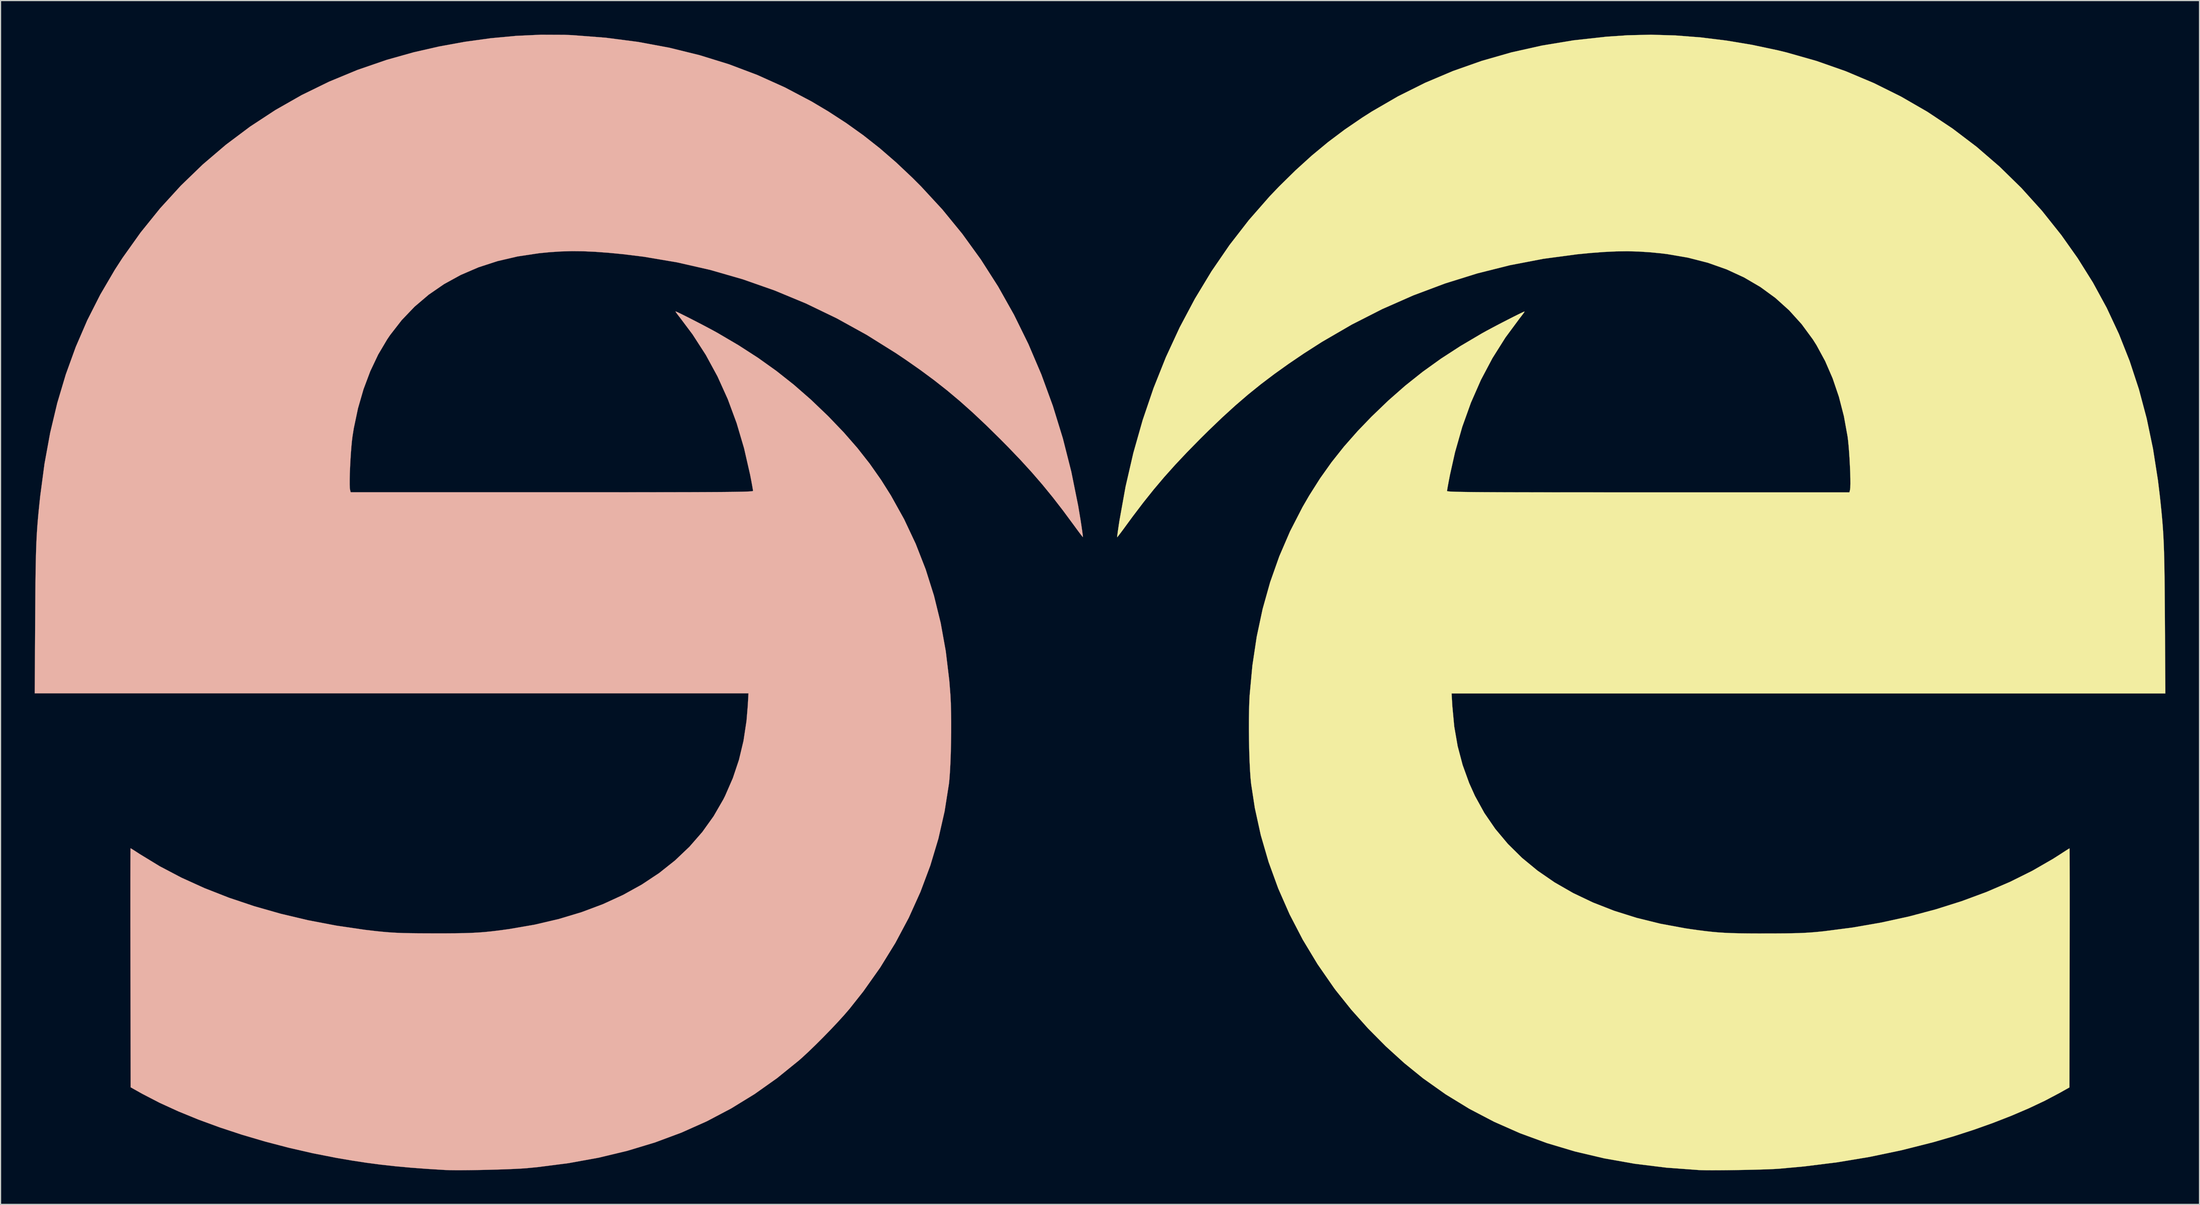
<source format=kicad_pcb>
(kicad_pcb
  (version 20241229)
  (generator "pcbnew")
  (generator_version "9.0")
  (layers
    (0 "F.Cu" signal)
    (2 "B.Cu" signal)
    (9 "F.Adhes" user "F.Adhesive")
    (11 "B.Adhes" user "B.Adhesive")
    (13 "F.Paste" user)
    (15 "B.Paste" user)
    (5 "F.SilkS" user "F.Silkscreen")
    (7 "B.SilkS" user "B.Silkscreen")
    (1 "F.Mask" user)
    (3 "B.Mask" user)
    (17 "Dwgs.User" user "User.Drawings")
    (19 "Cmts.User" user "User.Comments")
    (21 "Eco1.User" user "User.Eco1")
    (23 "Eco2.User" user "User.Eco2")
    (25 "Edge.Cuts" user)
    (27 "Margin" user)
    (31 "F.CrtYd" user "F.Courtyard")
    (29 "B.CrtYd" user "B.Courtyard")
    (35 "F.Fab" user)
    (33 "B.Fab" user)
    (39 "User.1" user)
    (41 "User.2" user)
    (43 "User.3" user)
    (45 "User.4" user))
  (footprint "edge_10x10_F"
    (layer "F.Cu")
    (at 141.241 49.931)
    (property "Reference" "edge_10x10_F" (at 0 0 0) (layer "F.SilkS") (effects (font (size 1.524 1.524) (thickness 0.3))))
    (attr through_hole)
    (fp_poly (pts (xy 3.067 -49.862) (xy 5.286 -49.69) (xy 7.544 -49.413) (xy 9.812 -49.035) (xy 12.063 -48.557) (xy 12.827 -48.371) (xy 15.472 -47.619) (xy 18.038 -46.718) (xy 20.521 -45.671) (xy 22.918 -44.479) (xy 25.225 -43.146) (xy 27.44 -41.672) (xy 29.559 -40.062) (xy 31.579 -38.317) (xy 33.496 -36.439) (xy 35.308 -34.431) (xy 37.009 -32.295) (xy 38.443 -30.268) (xy 39.791 -28.115) (xy 41.001 -25.891) (xy 42.076 -23.592) (xy 43.019 -21.209) (xy 43.831 -18.736) (xy 44.515 -16.167) (xy 45.073 -13.496) (xy 45.508 -10.714) (xy 45.675 -9.323) (xy 45.748 -8.643) (xy 45.812 -8.016) (xy 45.867 -7.428) (xy 45.915 -6.86) (xy 45.956 -6.294) (xy 45.99 -5.715) (xy 46.018 -5.105) (xy 46.042 -4.447) (xy 46.061 -3.724) (xy 46.077 -2.918) (xy 46.09 -2.013) (xy 46.101 -0.991) (xy 46.11 0.165) (xy 46.119 1.471) (xy 46.12 1.587) (xy 46.159 8.043) (xy -16.618 8.043) (xy -16.556 9.123) (xy -16.386 10.95) (xy -16.085 12.682) (xy -15.648 14.336) (xy -15.072 15.93) (xy -14.563 17.06) (xy -13.739 18.557) (xy -12.773 19.965) (xy -11.668 21.283) (xy -10.428 22.508) (xy -9.056 23.638) (xy -7.556 24.671) (xy -5.931 25.605) (xy -4.185 26.438) (xy -2.321 27.167) (xy -0.343 27.79) (xy 1.746 28.306) (xy 3.942 28.712) (xy 4.403 28.781) (xy 5.095 28.878) (xy 5.716 28.957) (xy 6.294 29.021) (xy 6.856 29.071) (xy 7.432 29.108) (xy 8.048 29.134) (xy 8.733 29.151) (xy 9.516 29.16) (xy 10.423 29.164) (xy 11.007 29.163) (xy 11.914 29.161) (xy 12.679 29.156) (xy 13.327 29.146) (xy 13.886 29.132) (xy 14.383 29.112) (xy 14.844 29.085) (xy 15.295 29.05) (xy 15.764 29.006) (xy 16.129 28.968) (xy 18.667 28.639) (xy 21.16 28.205) (xy 23.597 27.672) (xy 25.962 27.042) (xy 28.244 26.321) (xy 30.429 25.512) (xy 32.503 24.62) (xy 34.454 23.649) (xy 36.268 22.604) (xy 36.922 22.187) (xy 37.238 21.981) (xy 37.499 21.814) (xy 37.673 21.706) (xy 37.731 21.675) (xy 37.735 21.758) (xy 37.738 22) (xy 37.741 22.391) (xy 37.743 22.921) (xy 37.745 23.579) (xy 37.746 24.357) (xy 37.747 25.242) (xy 37.747 26.226) (xy 37.747 27.297) (xy 37.746 28.446) (xy 37.745 29.663) (xy 37.743 30.938) (xy 37.74 32.194) (xy 37.719 42.714) (xy 36.83 43.213) (xy 35.561 43.883) (xy 34.148 44.551) (xy 32.615 45.207) (xy 30.988 45.842) (xy 29.29 46.446) (xy 27.548 47.01) (xy 25.785 47.523) (xy 25.718 47.542) (xy 22.929 48.246) (xy 20.137 48.83) (xy 17.306 49.301) (xy 14.4 49.664) (xy 12.15 49.869) (xy 11.766 49.892) (xy 11.246 49.915) (xy 10.62 49.936) (xy 9.918 49.955) (xy 9.167 49.971) (xy 8.398 49.985) (xy 7.64 49.995) (xy 6.922 50.001) (xy 6.272 50.003) (xy 5.722 50) (xy 5.298 49.991) (xy 5.165 49.986) (xy 2.275 49.774) (xy -0.508 49.431) (xy -3.186 48.957) (xy -5.761 48.351) (xy -8.233 47.612) (xy -10.606 46.741) (xy -12.879 45.736) (xy -15.055 44.597) (xy -17.136 43.324) (xy -19.122 41.916) (xy -19.14 41.902) (xy -20.786 40.567) (xy -22.405 39.096) (xy -23.967 37.521) (xy -25.438 35.875) (xy -26.786 34.191) (xy -26.962 33.956) (xy -28.41 31.866) (xy -29.712 29.706) (xy -30.866 27.482) (xy -31.867 25.203) (xy -32.713 22.878) (xy -33.4 20.515) (xy -33.925 18.122) (xy -34.249 16.002) (xy -34.304 15.44) (xy -34.351 14.74) (xy -34.389 13.935) (xy -34.418 13.057) (xy -34.437 12.137) (xy -34.446 11.207) (xy -34.444 10.3) (xy -34.431 9.447) (xy -34.406 8.68) (xy -34.381 8.211) (xy -34.139 5.584) (xy -33.759 3.051) (xy -33.239 0.609) (xy -32.578 -1.749) (xy -31.774 -4.025) (xy -30.826 -6.226) (xy -29.732 -8.355) (xy -29.142 -9.374) (xy -28.189 -10.879) (xy -27.177 -12.304) (xy -26.081 -13.685) (xy -24.875 -15.053) (xy -23.669 -16.306) (xy -22.186 -17.732) (xy -20.693 -19.044) (xy -19.159 -20.265) (xy -17.552 -21.419) (xy -15.841 -22.529) (xy -13.994 -23.62) (xy -13.885 -23.682) (xy -13.54 -23.873) (xy -13.124 -24.096) (xy -12.662 -24.341) (xy -12.178 -24.593) (xy -11.698 -24.84) (xy -11.245 -25.071) (xy -10.844 -25.271) (xy -10.52 -25.43) (xy -10.297 -25.533) (xy -10.2 -25.569) (xy -10.227 -25.509) (xy -10.34 -25.347) (xy -10.518 -25.113) (xy -10.61 -24.998) (xy -11.882 -23.278) (xy -13.024 -21.465) (xy -14.036 -19.553) (xy -14.92 -17.539) (xy -15.68 -15.418) (xy -16.316 -13.185) (xy -16.762 -11.193) (xy -16.85 -10.738) (xy -16.925 -10.337) (xy -16.982 -10.021) (xy -17.013 -9.822) (xy -17.018 -9.775) (xy -17.002 -9.76) (xy -16.95 -9.747) (xy -16.855 -9.735) (xy -16.711 -9.724) (xy -16.512 -9.714) (xy -16.25 -9.705) (xy -15.92 -9.697) (xy -15.515 -9.69) (xy -15.028 -9.683) (xy -14.453 -9.677) (xy -13.784 -9.672) (xy -13.014 -9.668) (xy -12.136 -9.664) (xy -11.144 -9.661) (xy -10.032 -9.659) (xy -8.793 -9.656) (xy -7.421 -9.655) (xy -5.908 -9.654) (xy -4.25 -9.653) (xy -2.438 -9.652) (xy -0.467 -9.652) (xy 0.676 -9.652) (xy 18.369 -9.652) (xy 18.426 -9.878) (xy 18.449 -10.078) (xy 18.458 -10.418) (xy 18.455 -10.867) (xy 18.441 -11.397) (xy 18.417 -11.979) (xy 18.385 -12.583) (xy 18.346 -13.179) (xy 18.301 -13.739) (xy 18.252 -14.233) (xy 18.21 -14.566) (xy 17.887 -16.353) (xy 17.446 -18.065) (xy 16.895 -19.687) (xy 16.238 -21.203) (xy 15.48 -22.6) (xy 15.155 -23.114) (xy 14.17 -24.454) (xy 13.071 -25.671) (xy 11.86 -26.762) (xy 10.538 -27.727) (xy 9.107 -28.565) (xy 7.57 -29.275) (xy 5.927 -29.855) (xy 4.182 -30.304) (xy 2.336 -30.622) (xy 1.813 -30.686) (xy 0.801 -30.784) (xy -0.173 -30.846) (xy -1.143 -30.871) (xy -2.143 -30.858) (xy -3.209 -30.808) (xy -4.372 -30.72) (xy -5.588 -30.602) (xy -8.552 -30.205) (xy -11.477 -29.644) (xy -14.36 -28.92) (xy -17.197 -28.034) (xy -19.985 -26.987) (xy -22.72 -25.781) (xy -25.398 -24.418) (xy -28.017 -22.897) (xy -29.591 -21.889) (xy -30.952 -20.965) (xy -32.207 -20.068) (xy -33.387 -19.174) (xy -34.523 -18.257) (xy -35.645 -17.291) (xy -36.784 -16.252) (xy -37.971 -15.115) (xy -38.737 -14.356) (xy -39.887 -13.184) (xy -40.931 -12.075) (xy -41.898 -10.994) (xy -42.819 -9.903) (xy -43.726 -8.768) (xy -44.649 -7.553) (xy -45.233 -6.757) (xy -45.499 -6.392) (xy -45.73 -6.083) (xy -45.906 -5.853) (xy -46.012 -5.723) (xy -46.034 -5.704) (xy -46.029 -5.791) (xy -46.001 -6.017) (xy -45.954 -6.354) (xy -45.892 -6.774) (xy -45.84 -7.118) (xy -45.293 -10.161) (xy -44.608 -13.13) (xy -43.788 -16.02) (xy -42.834 -18.826) (xy -41.75 -21.543) (xy -40.537 -24.166) (xy -39.197 -26.69) (xy -37.734 -29.11) (xy -36.15 -31.421) (xy -34.446 -33.619) (xy -32.626 -35.698) (xy -31.797 -36.565) (xy -30.347 -37.991) (xy -28.922 -39.285) (xy -27.489 -40.473) (xy -26.016 -41.581) (xy -24.471 -42.636) (xy -23.622 -43.176) (xy -21.324 -44.508) (xy -18.951 -45.693) (xy -16.502 -46.731) (xy -13.973 -47.623) (xy -11.363 -48.371) (xy -8.668 -48.974) (xy -5.888 -49.434) (xy -3.018 -49.75) (xy -1.138 -49.878) (xy 0.917 -49.926) (xy 3.067 -49.862)) (stroke (width 0.01) (type solid)) (fill yes) (layer "F.SilkS")))
  (footprint "edge_10x10_B"
    (layer "F.Cu")
    (at 46.079 49.921)
    (property "Reference" "edge_10x10_B" (at 0 0 0) (layer "B.SilkS") (effects (font (size 1.524 1.524) (thickness 0.3))))
    (attr through_hole)
    (fp_poly (pts (xy 0.529 -49.907) (xy 1.222 -49.878) (xy 4.15 -49.652) (xy 6.987 -49.284) (xy 9.737 -48.773) (xy 12.4 -48.117) (xy 14.981 -47.318) (xy 17.481 -46.373) (xy 19.902 -45.282) (xy 22.248 -44.044) (xy 23.707 -43.176) (xy 25.304 -42.138) (xy 26.81 -41.061) (xy 28.26 -39.918) (xy 29.685 -38.683) (xy 31.118 -37.33) (xy 31.882 -36.565) (xy 33.752 -34.54) (xy 35.507 -32.393) (xy 37.143 -30.131) (xy 38.659 -27.758) (xy 40.053 -25.278) (xy 41.321 -22.698) (xy 42.462 -20.021) (xy 43.473 -17.254) (xy 44.352 -14.4) (xy 45.096 -11.464) (xy 45.703 -8.453) (xy 45.925 -7.118) (xy 45.995 -6.654) (xy 46.053 -6.254) (xy 46.095 -5.944) (xy 46.117 -5.753) (xy 46.118 -5.704) (xy 46.064 -5.761) (xy 45.928 -5.933) (xy 45.728 -6.198) (xy 45.481 -6.532) (xy 45.317 -6.757) (xy 44.37 -8.039) (xy 43.457 -9.219) (xy 42.548 -10.332) (xy 41.612 -11.415) (xy 40.619 -12.503) (xy 39.538 -13.632) (xy 38.822 -14.356) (xy 37.591 -15.566) (xy 36.427 -16.663) (xy 35.298 -17.67) (xy 34.174 -18.614) (xy 33.024 -19.52) (xy 31.819 -20.412) (xy 30.527 -21.316) (xy 29.676 -21.889) (xy 27.095 -23.504) (xy 24.453 -24.964) (xy 21.752 -26.267) (xy 18.996 -27.411) (xy 16.189 -28.396) (xy 13.334 -29.219) (xy 10.434 -29.88) (xy 7.494 -30.378) (xy 5.673 -30.602) (xy 4.385 -30.726) (xy 3.228 -30.812) (xy 2.168 -30.86) (xy 1.17 -30.87) (xy 0.2 -30.843) (xy -0.775 -30.779) (xy -1.728 -30.686) (xy -3.602 -30.404) (xy -5.375 -29.991) (xy -7.046 -29.447) (xy -8.612 -28.772) (xy -10.072 -27.97) (xy -11.424 -27.039) (xy -12.666 -25.982) (xy -13.796 -24.8) (xy -14.812 -23.493) (xy -15.07 -23.114) (xy -15.866 -21.77) (xy -16.563 -20.299) (xy -17.157 -18.716) (xy -17.642 -17.038) (xy -18.012 -15.279) (xy -18.126 -14.566) (xy -18.177 -14.148) (xy -18.225 -13.64) (xy -18.269 -13.071) (xy -18.307 -12.471) (xy -18.338 -11.87) (xy -18.36 -11.295) (xy -18.372 -10.778) (xy -18.373 -10.346) (xy -18.361 -10.03) (xy -18.341 -9.878) (xy -18.285 -9.652) (xy -0.591 -9.652) (xy 1.469 -9.652) (xy 3.367 -9.652) (xy 5.108 -9.653) (xy 6.699 -9.654) (xy 8.147 -9.656) (xy 9.458 -9.657) (xy 10.638 -9.66) (xy 11.695 -9.662) (xy 12.634 -9.666) (xy 13.462 -9.67) (xy 14.185 -9.674) (xy 14.811 -9.68) (xy 15.345 -9.686) (xy 15.794 -9.693) (xy 16.164 -9.7) (xy 16.462 -9.709) (xy 16.695 -9.719) (xy 16.868 -9.729) (xy 16.989 -9.741) (xy 17.063 -9.753) (xy 17.098 -9.767) (xy 17.103 -9.775) (xy 17.087 -9.897) (xy 17.043 -10.153) (xy 16.978 -10.512) (xy 16.896 -10.942) (xy 16.847 -11.193) (xy 16.314 -13.524) (xy 15.659 -15.74) (xy 14.881 -17.845) (xy 13.978 -19.844) (xy 12.947 -21.741) (xy 11.786 -23.54) (xy 10.694 -24.998) (xy 10.495 -25.253) (xy 10.351 -25.45) (xy 10.284 -25.558) (xy 10.284 -25.569) (xy 10.385 -25.532) (xy 10.611 -25.427) (xy 10.937 -25.267) (xy 11.339 -25.066) (xy 11.793 -24.835) (xy 12.274 -24.587) (xy 12.757 -24.335) (xy 13.218 -24.091) (xy 13.633 -23.868) (xy 13.97 -23.682) (xy 15.825 -22.591) (xy 17.543 -21.482) (xy 19.155 -20.331) (xy 20.692 -19.115) (xy 22.187 -17.809) (xy 23.67 -16.39) (xy 23.754 -16.306) (xy 25.083 -14.919) (xy 26.278 -13.551) (xy 27.364 -12.168) (xy 28.369 -10.736) (xy 29.227 -9.374) (xy 30.393 -7.278) (xy 31.412 -5.113) (xy 32.286 -2.874) (xy 33.017 -0.557) (xy 33.607 1.843) (xy 34.055 4.331) (xy 34.364 6.911) (xy 34.466 8.211) (xy 34.499 8.899) (xy 34.521 9.696) (xy 34.531 10.568) (xy 34.529 11.486) (xy 34.517 12.416) (xy 34.495 13.327) (xy 34.463 14.186) (xy 34.422 14.963) (xy 34.373 15.625) (xy 34.334 16.002) (xy 33.952 18.432) (xy 33.406 20.832) (xy 32.697 23.195) (xy 31.827 25.518) (xy 30.801 27.793) (xy 29.618 30.015) (xy 28.284 32.179) (xy 26.799 34.279) (xy 25.583 35.814) (xy 25.117 36.355) (xy 24.555 36.974) (xy 23.928 37.639) (xy 23.267 38.318) (xy 22.605 38.979) (xy 21.971 39.591) (xy 21.398 40.121) (xy 21.129 40.357) (xy 19.222 41.902) (xy 17.24 43.307) (xy 15.177 44.574) (xy 13.031 45.706) (xy 10.796 46.703) (xy 8.469 47.568) (xy 6.044 48.302) (xy 3.517 48.908) (xy 0.885 49.386) (xy -1.858 49.738) (xy -2.794 49.828) (xy -3.25 49.861) (xy -3.836 49.892) (xy -4.519 49.921) (xy -5.273 49.947) (xy -6.065 49.969) (xy -6.868 49.987) (xy -7.65 50) (xy -8.383 50.007) (xy -9.036 50.008) (xy -9.58 50.002) (xy -9.985 49.988) (xy -9.991 49.988) (xy -11.567 49.891) (xy -13.009 49.783) (xy -14.355 49.66) (xy -15.639 49.518) (xy -16.897 49.352) (xy -18.165 49.159) (xy -19.479 48.934) (xy -19.516 48.928) (xy -21.629 48.513) (xy -23.734 48.03) (xy -25.812 47.486) (xy -27.843 46.887) (xy -29.806 46.239) (xy -31.683 45.55) (xy -33.452 44.826) (xy -35.095 44.074) (xy -36.591 43.299) (xy -36.745 43.213) (xy -37.634 42.714) (xy -37.656 32.194) (xy -37.658 30.875) (xy -37.66 29.603) (xy -37.662 28.389) (xy -37.662 27.243) (xy -37.663 26.176) (xy -37.662 25.197) (xy -37.662 24.316) (xy -37.66 23.545) (xy -37.658 22.892) (xy -37.656 22.369) (xy -37.653 21.984) (xy -37.65 21.75) (xy -37.647 21.675) (xy -37.568 21.718) (xy -37.378 21.837) (xy -37.107 22.011) (xy -36.837 22.187) (xy -35.079 23.259) (xy -33.178 24.259) (xy -31.149 25.181) (xy -29.005 26.022) (xy -26.759 26.777) (xy -24.424 27.442) (xy -22.013 28.013) (xy -19.54 28.485) (xy -17.017 28.855) (xy -16.044 28.968) (xy -15.547 29.019) (xy -15.085 29.06) (xy -14.634 29.093) (xy -14.166 29.118) (xy -13.655 29.137) (xy -13.074 29.149) (xy -12.396 29.157) (xy -11.595 29.162) (xy -10.922 29.163) (xy -9.931 29.163) (xy -9.08 29.157) (xy -8.343 29.145) (xy -7.691 29.124) (xy -7.096 29.093) (xy -6.529 29.051) (xy -5.964 28.995) (xy -5.371 28.925) (xy -4.723 28.838) (xy -4.318 28.781) (xy -2.101 28.398) (xy 0.01 27.904) (xy 2.011 27.303) (xy 3.899 26.595) (xy 5.669 25.783) (xy 7.319 24.87) (xy 8.845 23.857) (xy 10.243 22.746) (xy 11.511 21.54) (xy 12.644 20.241) (xy 13.638 18.851) (xy 14.492 17.372) (xy 14.648 17.06) (xy 15.328 15.499) (xy 15.866 13.891) (xy 16.265 12.217) (xy 16.53 10.461) (xy 16.641 9.123) (xy 16.702 8.043) (xy -46.074 8.043) (xy -46.035 1.587) (xy -46.026 0.268) (xy -46.017 -0.9) (xy -46.007 -1.932) (xy -45.994 -2.846) (xy -45.978 -3.66) (xy -45.959 -4.389) (xy -45.936 -5.052) (xy -45.908 -5.666) (xy -45.874 -6.247) (xy -45.834 -6.812) (xy -45.787 -7.38) (xy -45.732 -7.966) (xy -45.669 -8.588) (xy -45.597 -9.264) (xy -45.591 -9.323) (xy -45.215 -12.16) (xy -44.717 -14.884) (xy -44.094 -17.502) (xy -43.344 -20.02) (xy -42.465 -22.446) (xy -41.455 -24.785) (xy -40.31 -27.045) (xy -39.03 -29.231) (xy -38.359 -30.268) (xy -36.758 -32.517) (xy -35.045 -34.64) (xy -33.223 -36.635) (xy -31.295 -38.499) (xy -29.265 -40.231) (xy -27.136 -41.828) (xy -24.911 -43.287) (xy -22.595 -44.606) (xy -20.189 -45.783) (xy -17.697 -46.816) (xy -15.123 -47.702) (xy -12.742 -48.371) (xy -10.504 -48.882) (xy -8.239 -49.295) (xy -5.974 -49.607) (xy -3.739 -49.815) (xy -1.561 -49.916) (xy 0.529 -49.907)) (stroke (width 0.01) (type solid)) (fill yes) (layer "B.SilkS")))
  (gr_rect
    (start -3 -3)
    (end 190.404 102.938)
    (stroke (width 0.1) (type default))
    (fill no)
    (layer "Edge.Cuts")))
</source>
